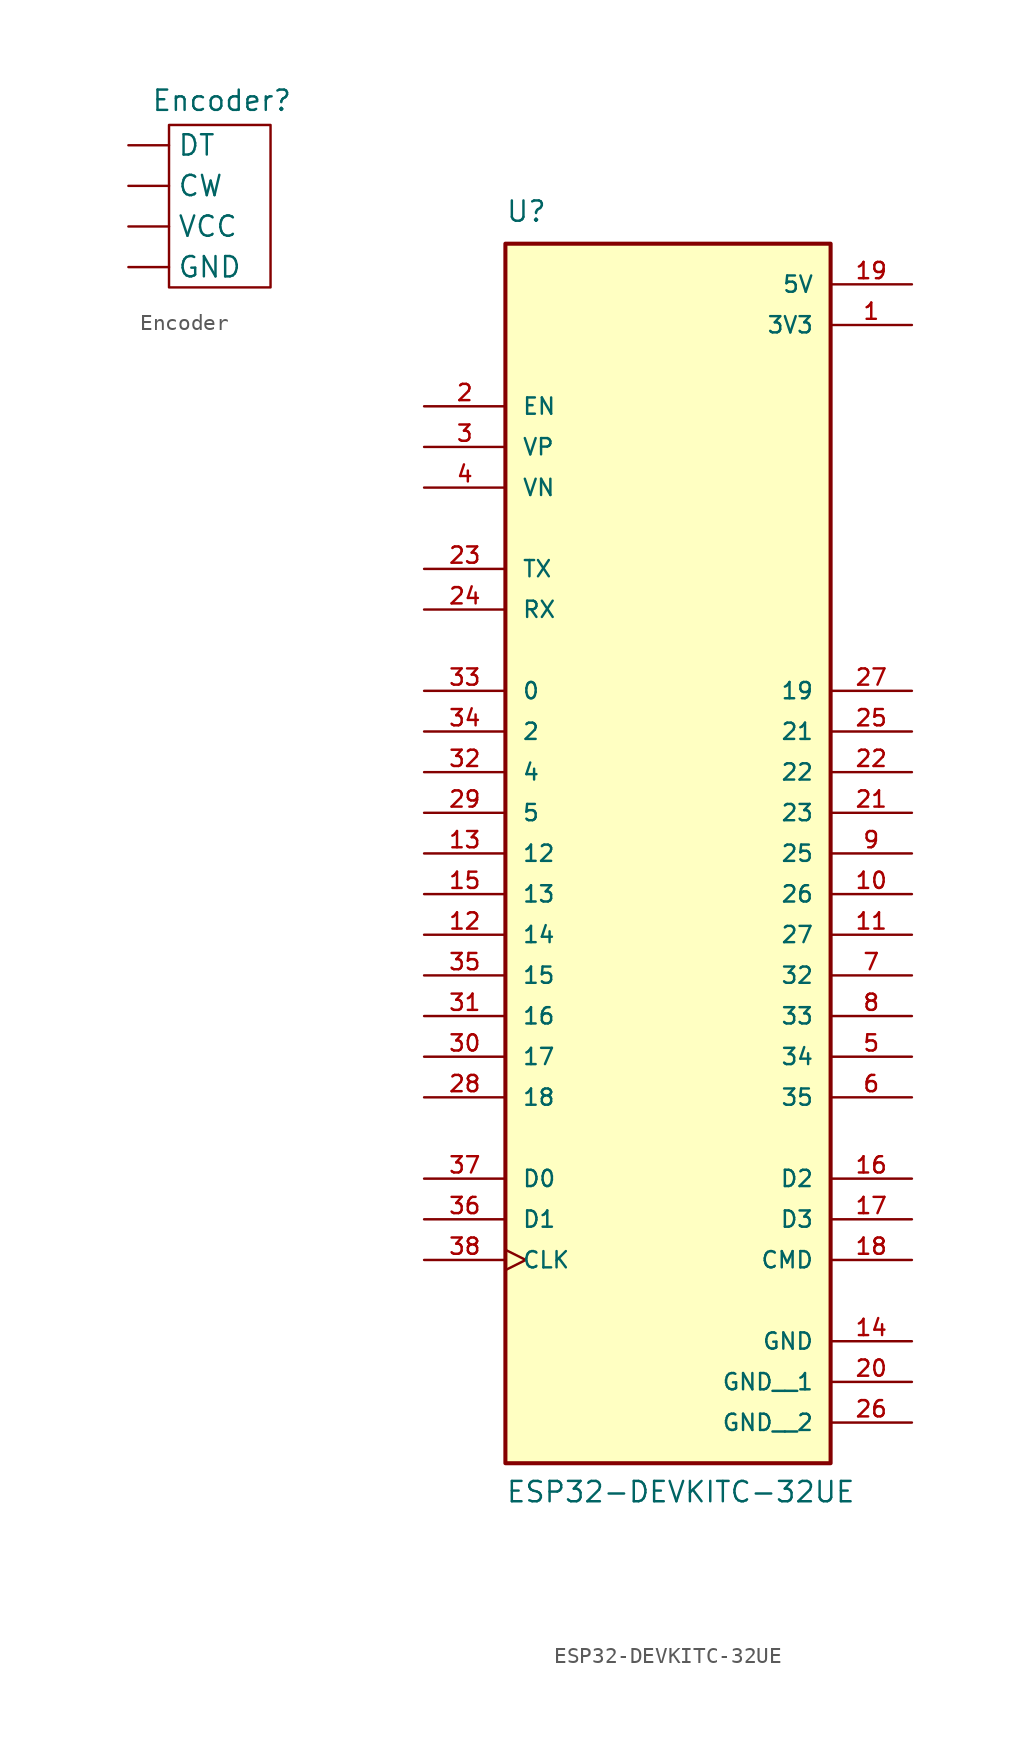
<source format=kicad_sym>
(kicad_symbol_lib
  (version 20231120)
  (generator "kicad_symbol_editor")
  (generator_version "8.0")
  (symbol "Encoder"
    (property "Reference" "Encoder"
      (at 8.382 6.604 0)
      (effects (font (size 1.27 1.27))))
    (property "Value" ""
      (at 0 0 0)
      (effects (font (size 1.27 1.27))))
    (symbol "Encoder_1_1"
      (rectangle (start 11.43 -5.08) (end 5.08 5.08) (stroke (width 0) (type default)) (fill (type none)))
      (pin bidirectional line (at 2.54 1.27 0) (length 2.54) (name "CW" (effects (font (size 1.27 1.27)))) (number "" (effects (font (size 1.27 1.27)))))
      (pin bidirectional line (at 2.54 3.81 0) (length 2.54) (name "DT" (effects (font (size 1.27 1.27)))) (number "" (effects (font (size 1.27 1.27)))))
      (pin bidirectional line (at 2.54 -3.81 0) (length 2.54) (name "GND" (effects (font (size 1.27 1.27)))) (number "" (effects (font (size 1.27 1.27)))))
      (pin bidirectional line (at 2.54 -1.27 0) (length 2.54) (name "VCC" (effects (font (size 1.27 1.27)))) (number "" (effects (font (size 1.27 1.27)))))))
  (symbol "ESP32-DEVKITC-32UE"
    (pin_names
      (offset 1.016))
    (property "Reference" "U"
      (at -10.16 36.83 0)
      (effects (font (size 1.27 1.27)) (justify left bottom)))
    (property "Value" "ESP32-DEVKITC-32UE"
      (at -10.16 -43.18 0)
      (effects (font (size 1.27 1.27)) (justify left bottom)))
    (symbol "ESP32-DEVKITC-32UE_0_0"
      (rectangle (start -10.16 35.56) (end 10.16 -40.64) (stroke (width 0.254) (type default)) (fill (type background)))
      (pin power_in line (at 15.24 30.48 180) (length 5.08) (name "3V3" (effects (font (size 1.016 1.016)))) (number "1" (effects (font (size 1.016 1.016)))))
      (pin bidirectional line (at 15.24 -5.08 180) (length 5.08) (name "26" (effects (font (size 1.016 1.016)))) (number "10" (effects (font (size 1.016 1.016)))))
      (pin bidirectional line (at 15.24 -7.62 180) (length 5.08) (name "27" (effects (font (size 1.016 1.016)))) (number "11" (effects (font (size 1.016 1.016)))))
      (pin bidirectional line (at -15.24 -7.62 0) (length 5.08) (name "14" (effects (font (size 1.016 1.016)))) (number "12" (effects (font (size 1.016 1.016)))))
      (pin bidirectional line (at -15.24 -2.54 0) (length 5.08) (name "12" (effects (font (size 1.016 1.016)))) (number "13" (effects (font (size 1.016 1.016)))))
      (pin power_in line (at 15.24 -33.02 180) (length 5.08) (name "GND" (effects (font (size 1.016 1.016)))) (number "14" (effects (font (size 1.016 1.016)))))
      (pin bidirectional line (at -15.24 -5.08 0) (length 5.08) (name "13" (effects (font (size 1.016 1.016)))) (number "15" (effects (font (size 1.016 1.016)))))
      (pin bidirectional line (at 15.24 -22.86 180) (length 5.08) (name "D2" (effects (font (size 1.016 1.016)))) (number "16" (effects (font (size 1.016 1.016)))))
      (pin bidirectional line (at 15.24 -25.4 180) (length 5.08) (name "D3" (effects (font (size 1.016 1.016)))) (number "17" (effects (font (size 1.016 1.016)))))
      (pin bidirectional line (at 15.24 -27.94 180) (length 5.08) (name "CMD" (effects (font (size 1.016 1.016)))) (number "18" (effects (font (size 1.016 1.016)))))
      (pin power_in line (at 15.24 33.02 180) (length 5.08) (name "5V" (effects (font (size 1.016 1.016)))) (number "19" (effects (font (size 1.016 1.016)))))
      (pin input line (at -15.24 25.4 0) (length 5.08) (name "EN" (effects (font (size 1.016 1.016)))) (number "2" (effects (font (size 1.016 1.016)))))
      (pin power_in line (at 15.24 -35.56 180) (length 5.08) (name "GND__1" (effects (font (size 1.016 1.016)))) (number "20" (effects (font (size 1.016 1.016)))))
      (pin bidirectional line (at 15.24 0 180) (length 5.08) (name "23" (effects (font (size 1.016 1.016)))) (number "21" (effects (font (size 1.016 1.016)))))
      (pin bidirectional line (at 15.24 2.54 180) (length 5.08) (name "22" (effects (font (size 1.016 1.016)))) (number "22" (effects (font (size 1.016 1.016)))))
      (pin bidirectional line (at -15.24 15.24 0) (length 5.08) (name "TX" (effects (font (size 1.016 1.016)))) (number "23" (effects (font (size 1.016 1.016)))))
      (pin bidirectional line (at -15.24 12.7 0) (length 5.08) (name "RX" (effects (font (size 1.016 1.016)))) (number "24" (effects (font (size 1.016 1.016)))))
      (pin bidirectional line (at 15.24 5.08 180) (length 5.08) (name "21" (effects (font (size 1.016 1.016)))) (number "25" (effects (font (size 1.016 1.016)))))
      (pin power_in line (at 15.24 -38.1 180) (length 5.08) (name "GND__2" (effects (font (size 1.016 1.016)))) (number "26" (effects (font (size 1.016 1.016)))))
      (pin bidirectional line (at 15.24 7.62 180) (length 5.08) (name "19" (effects (font (size 1.016 1.016)))) (number "27" (effects (font (size 1.016 1.016)))))
      (pin bidirectional line (at -15.24 -17.78 0) (length 5.08) (name "18" (effects (font (size 1.016 1.016)))) (number "28" (effects (font (size 1.016 1.016)))))
      (pin bidirectional line (at -15.24 0 0) (length 5.08) (name "5" (effects (font (size 1.016 1.016)))) (number "29" (effects (font (size 1.016 1.016)))))
      (pin input line (at -15.24 22.86 0) (length 5.08) (name "VP" (effects (font (size 1.016 1.016)))) (number "3" (effects (font (size 1.016 1.016)))))
      (pin bidirectional line (at -15.24 -15.24 0) (length 5.08) (name "17" (effects (font (size 1.016 1.016)))) (number "30" (effects (font (size 1.016 1.016)))))
      (pin bidirectional line (at -15.24 -12.7 0) (length 5.08) (name "16" (effects (font (size 1.016 1.016)))) (number "31" (effects (font (size 1.016 1.016)))))
      (pin bidirectional line (at -15.24 2.54 0) (length 5.08) (name "4" (effects (font (size 1.016 1.016)))) (number "32" (effects (font (size 1.016 1.016)))))
      (pin bidirectional line (at -15.24 7.62 0) (length 5.08) (name "0" (effects (font (size 1.016 1.016)))) (number "33" (effects (font (size 1.016 1.016)))))
      (pin bidirectional line (at -15.24 5.08 0) (length 5.08) (name "2" (effects (font (size 1.016 1.016)))) (number "34" (effects (font (size 1.016 1.016)))))
      (pin bidirectional line (at -15.24 -10.16 0) (length 5.08) (name "15" (effects (font (size 1.016 1.016)))) (number "35" (effects (font (size 1.016 1.016)))))
      (pin bidirectional line (at -15.24 -25.4 0) (length 5.08) (name "D1" (effects (font (size 1.016 1.016)))) (number "36" (effects (font (size 1.016 1.016)))))
      (pin bidirectional line (at -15.24 -22.86 0) (length 5.08) (name "D0" (effects (font (size 1.016 1.016)))) (number "37" (effects (font (size 1.016 1.016)))))
      (pin bidirectional clock (at -15.24 -27.94 0) (length 5.08) (name "CLK" (effects (font (size 1.016 1.016)))) (number "38" (effects (font (size 1.016 1.016)))))
      (pin input line (at -15.24 20.32 0) (length 5.08) (name "VN" (effects (font (size 1.016 1.016)))) (number "4" (effects (font (size 1.016 1.016)))))
      (pin bidirectional line (at 15.24 -15.24 180) (length 5.08) (name "34" (effects (font (size 1.016 1.016)))) (number "5" (effects (font (size 1.016 1.016)))))
      (pin bidirectional line (at 15.24 -17.78 180) (length 5.08) (name "35" (effects (font (size 1.016 1.016)))) (number "6" (effects (font (size 1.016 1.016)))))
      (pin bidirectional line (at 15.24 -10.16 180) (length 5.08) (name "32" (effects (font (size 1.016 1.016)))) (number "7" (effects (font (size 1.016 1.016)))))
      (pin bidirectional line (at 15.24 -12.7 180) (length 5.08) (name "33" (effects (font (size 1.016 1.016)))) (number "8" (effects (font (size 1.016 1.016)))))
      (pin bidirectional line (at 15.24 -2.54 180) (length 5.08) (name "25" (effects (font (size 1.016 1.016)))) (number "9" (effects (font (size 1.016 1.016))))))))
</source>
